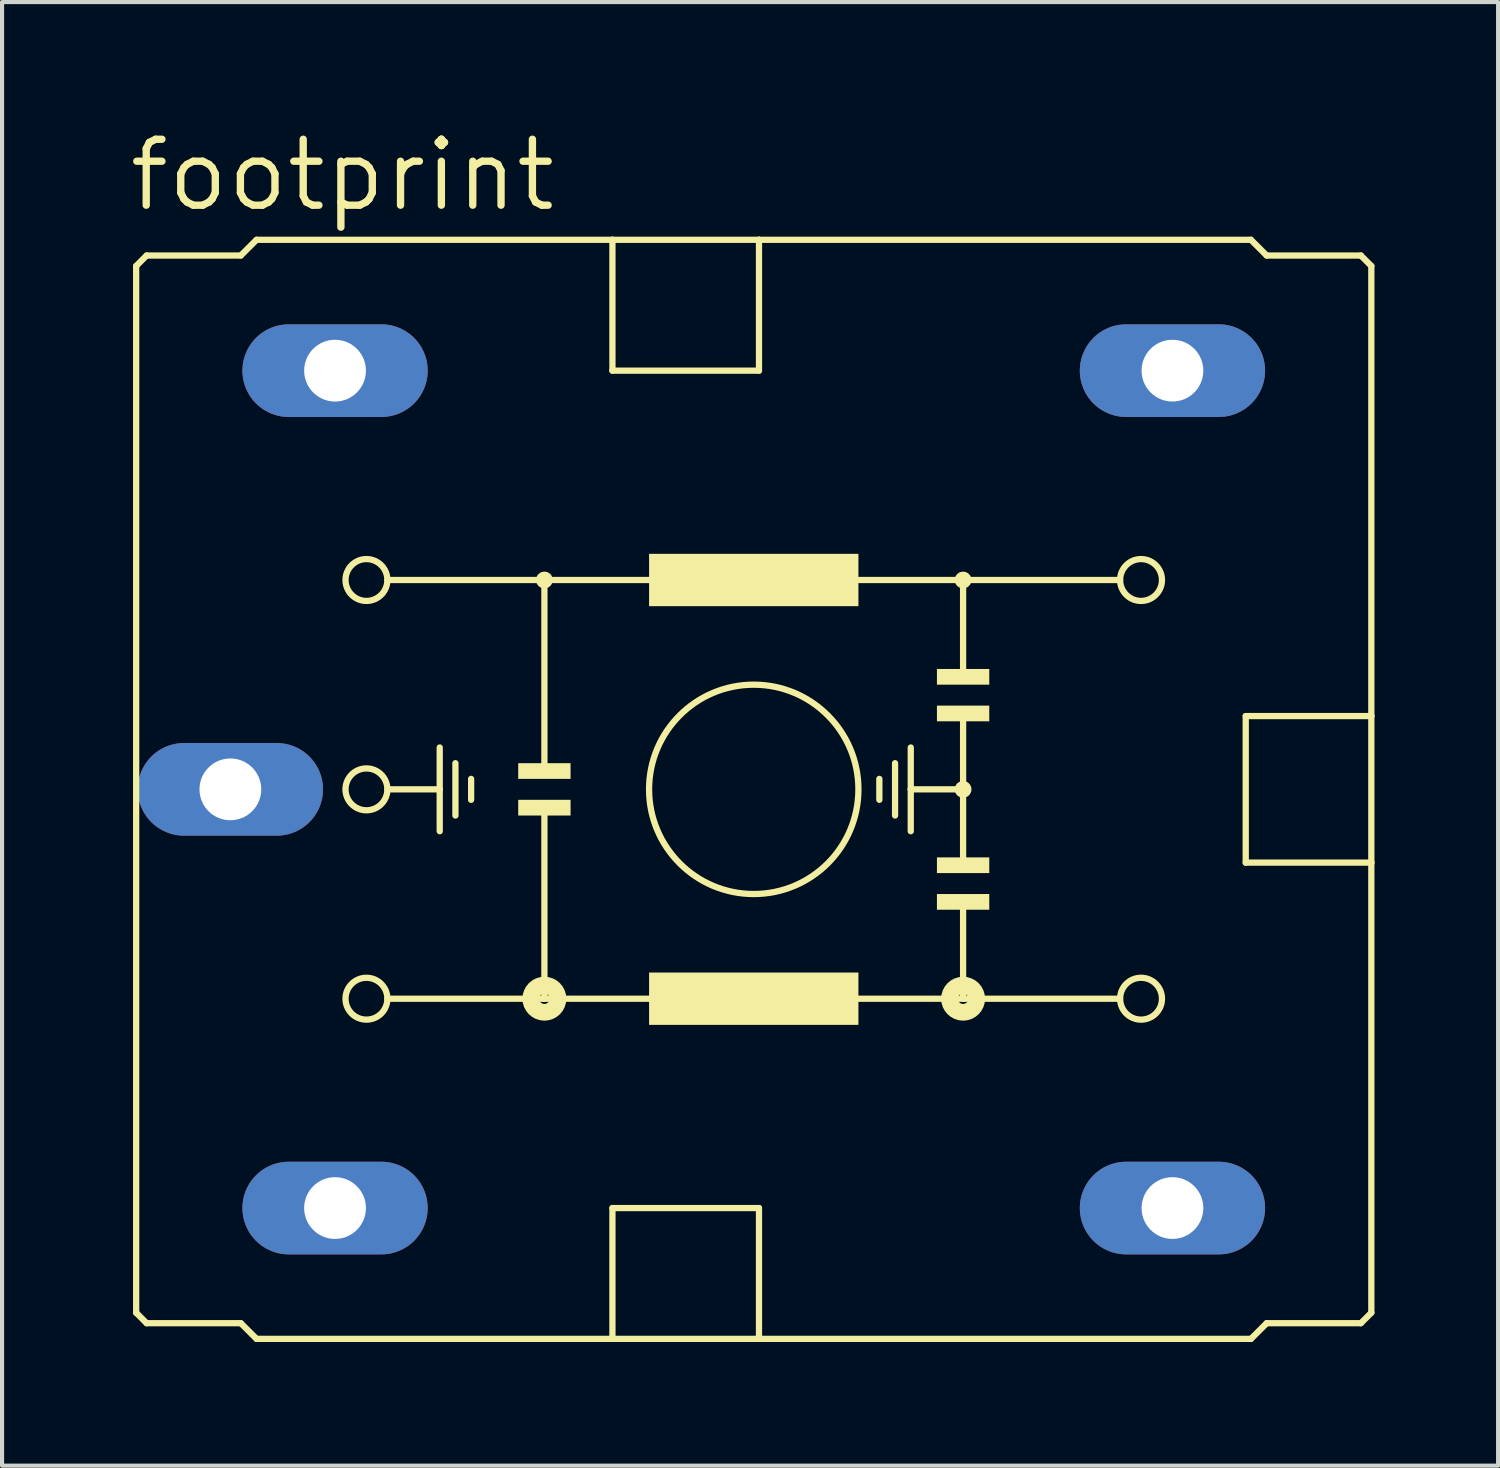
<source format=kicad_pcb>
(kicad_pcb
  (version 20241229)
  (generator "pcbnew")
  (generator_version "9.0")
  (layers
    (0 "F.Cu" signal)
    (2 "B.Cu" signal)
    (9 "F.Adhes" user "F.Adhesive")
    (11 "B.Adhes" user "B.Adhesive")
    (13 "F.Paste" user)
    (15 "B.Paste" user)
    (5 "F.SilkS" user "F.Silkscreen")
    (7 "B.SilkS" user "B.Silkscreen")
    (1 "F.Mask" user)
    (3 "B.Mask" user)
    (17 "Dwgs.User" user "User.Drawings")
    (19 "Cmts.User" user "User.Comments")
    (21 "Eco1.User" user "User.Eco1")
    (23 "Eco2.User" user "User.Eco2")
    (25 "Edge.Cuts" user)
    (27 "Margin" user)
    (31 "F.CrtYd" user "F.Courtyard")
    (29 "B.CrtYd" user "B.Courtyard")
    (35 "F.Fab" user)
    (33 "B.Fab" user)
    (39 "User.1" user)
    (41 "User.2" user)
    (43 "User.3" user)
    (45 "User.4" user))
  (footprint "footprint"
    (layer "F.Cu")
    (at 15.24 16.104)
    (property "Reference" "footprint" (at -15.24 -13.97 0) (layer "F.SilkS") (effects (font (size 1.6 1.6) (thickness 0.178)) (justify left bottom)))
    (fp_line (start -14.986 -12.7) (end -14.732 -12.954) (stroke (width 0.152) (type solid)) (layer "F.SilkS"))
    (fp_line (start -14.986 12.7) (end -14.986 -12.7) (stroke (width 0.152) (type solid)) (layer "F.SilkS"))
    (fp_line (start -14.986 12.7) (end -14.732 12.954) (stroke (width 0.152) (type solid)) (layer "F.SilkS"))
    (fp_line (start -14.732 -12.954) (end -12.446 -12.954) (stroke (width 0.152) (type solid)) (layer "F.SilkS"))
    (fp_line (start -14.732 12.954) (end -12.446 12.954) (stroke (width 0.152) (type solid)) (layer "F.SilkS"))
    (fp_line (start -12.065 -13.335) (end -12.446 -12.954) (stroke (width 0.152) (type solid)) (layer "F.SilkS"))
    (fp_line (start -12.065 -13.335) (end -3.429 -13.335) (stroke (width 0.152) (type solid)) (layer "F.SilkS"))
    (fp_line (start -12.065 13.335) (end -12.446 12.954) (stroke (width 0.152) (type solid)) (layer "F.SilkS"))
    (fp_line (start -12.065 13.335) (end -3.429 13.335) (stroke (width 0.152) (type solid)) (layer "F.SilkS"))
    (fp_line (start -8.89 -5.08) (end -5.08 -5.08) (stroke (width 0.152) (type solid)) (layer "F.SilkS"))
    (fp_line (start -8.89 0) (end -7.62 0) (stroke (width 0.152) (type solid)) (layer "F.SilkS"))
    (fp_line (start -8.89 5.08) (end -5.08 5.08) (stroke (width 0.152) (type solid)) (layer "F.SilkS"))
    (fp_line (start -7.62 -1.016) (end -7.62 0) (stroke (width 0.152) (type solid)) (layer "F.SilkS"))
    (fp_line (start -7.62 0) (end -7.62 1.016) (stroke (width 0.152) (type solid)) (layer "F.SilkS"))
    (fp_line (start -7.239 0.635) (end -7.239 -0.635) (stroke (width 0.152) (type solid)) (layer "F.SilkS"))
    (fp_line (start -6.858 -0.254) (end -6.858 0.254) (stroke (width 0.152) (type solid)) (layer "F.SilkS"))
    (fp_line (start -5.08 -5.08) (end -5.08 -0.508) (stroke (width 0.152) (type solid)) (layer "F.SilkS"))
    (fp_line (start -5.08 -5.08) (end 5.08 -5.08) (stroke (width 0.152) (type solid)) (layer "F.SilkS"))
    (fp_line (start -5.08 0.508) (end -5.08 5.08) (stroke (width 0.152) (type solid)) (layer "F.SilkS"))
    (fp_line (start -5.08 5.08) (end 5.08 5.08) (stroke (width 0.152) (type solid)) (layer "F.SilkS"))
    (fp_line (start -3.429 -10.16) (end -3.429 -13.335) (stroke (width 0.152) (type solid)) (layer "F.SilkS"))
    (fp_line (start -3.429 13.335) (end -3.429 10.16) (stroke (width 0.152) (type solid)) (layer "F.SilkS"))
    (fp_line (start 0.127 -13.335) (end -3.429 -13.335) (stroke (width 0.152) (type solid)) (layer "F.SilkS"))
    (fp_line (start 0.127 -13.335) (end 0.127 -10.16) (stroke (width 0.152) (type solid)) (layer "F.SilkS"))
    (fp_line (start 0.127 -10.16) (end -3.429 -10.16) (stroke (width 0.152) (type solid)) (layer "F.SilkS"))
    (fp_line (start 0.127 10.16) (end -3.429 10.16) (stroke (width 0.152) (type solid)) (layer "F.SilkS"))
    (fp_line (start 0.127 10.16) (end 0.127 13.335) (stroke (width 0.152) (type solid)) (layer "F.SilkS"))
    (fp_line (start 0.127 13.335) (end -3.429 13.335) (stroke (width 0.152) (type solid)) (layer "F.SilkS"))
    (fp_line (start 3.048 -0.254) (end 3.048 0.254) (stroke (width 0.152) (type solid)) (layer "F.SilkS"))
    (fp_line (start 3.429 0.635) (end 3.429 -0.635) (stroke (width 0.152) (type solid)) (layer "F.SilkS"))
    (fp_line (start 3.81 -1.016) (end 3.81 0) (stroke (width 0.152) (type solid)) (layer "F.SilkS"))
    (fp_line (start 3.81 0) (end 3.81 1.016) (stroke (width 0.152) (type solid)) (layer "F.SilkS"))
    (fp_line (start 5.08 -5.08) (end 5.08 -2.794) (stroke (width 0.152) (type solid)) (layer "F.SilkS"))
    (fp_line (start 5.08 -5.08) (end 8.89 -5.08) (stroke (width 0.152) (type solid)) (layer "F.SilkS"))
    (fp_line (start 5.08 0) (end 3.81 0) (stroke (width 0.152) (type solid)) (layer "F.SilkS"))
    (fp_line (start 5.08 0) (end 5.08 -1.778) (stroke (width 0.152) (type solid)) (layer "F.SilkS"))
    (fp_line (start 5.08 1.778) (end 5.08 0) (stroke (width 0.152) (type solid)) (layer "F.SilkS"))
    (fp_line (start 5.08 2.794) (end 5.08 5.08) (stroke (width 0.152) (type solid)) (layer "F.SilkS"))
    (fp_line (start 5.08 5.08) (end 8.89 5.08) (stroke (width 0.152) (type solid)) (layer "F.SilkS"))
    (fp_line (start 11.938 1.778) (end 11.938 -1.778) (stroke (width 0.152) (type solid)) (layer "F.SilkS"))
    (fp_line (start 11.938 1.778) (end 14.986 1.778) (stroke (width 0.152) (type solid)) (layer "F.SilkS"))
    (fp_line (start 12.065 -13.335) (end 0.127 -13.335) (stroke (width 0.152) (type solid)) (layer "F.SilkS"))
    (fp_line (start 12.065 -13.335) (end 12.446 -12.954) (stroke (width 0.152) (type solid)) (layer "F.SilkS"))
    (fp_line (start 12.065 13.335) (end 0.127 13.335) (stroke (width 0.152) (type solid)) (layer "F.SilkS"))
    (fp_line (start 12.065 13.335) (end 12.446 12.954) (stroke (width 0.152) (type solid)) (layer "F.SilkS"))
    (fp_line (start 14.732 -12.954) (end 12.446 -12.954) (stroke (width 0.152) (type solid)) (layer "F.SilkS"))
    (fp_line (start 14.732 12.954) (end 12.446 12.954) (stroke (width 0.152) (type solid)) (layer "F.SilkS"))
    (fp_line (start 14.986 -12.7) (end 14.732 -12.954) (stroke (width 0.152) (type solid)) (layer "F.SilkS"))
    (fp_line (start 14.986 -12.7) (end 14.986 -1.778) (stroke (width 0.152) (type solid)) (layer "F.SilkS"))
    (fp_line (start 14.986 -1.778) (end 11.938 -1.778) (stroke (width 0.152) (type solid)) (layer "F.SilkS"))
    (fp_line (start 14.986 -1.778) (end 14.986 1.778) (stroke (width 0.152) (type solid)) (layer "F.SilkS"))
    (fp_line (start 14.986 1.778) (end 14.986 12.7) (stroke (width 0.152) (type solid)) (layer "F.SilkS"))
    (fp_line (start 14.986 12.7) (end 14.732 12.954) (stroke (width 0.152) (type solid)) (layer "F.SilkS"))
    (fp_circle (center -9.398 -5.08) (end -8.89 -5.08) (stroke (width 0.152) (type solid)) (fill no) (layer "F.SilkS"))
    (fp_circle (center -9.398 0) (end -8.89 0) (stroke (width 0.152) (type solid)) (fill no) (layer "F.SilkS"))
    (fp_circle (center -9.398 5.08) (end -8.89 5.08) (stroke (width 0.152) (type solid)) (fill no) (layer "F.SilkS"))
    (fp_circle (center -5.08 -5.08) (end -4.953 -5.08) (stroke (width 0.152) (type solid)) (fill no) (layer "F.SilkS"))
    (fp_circle (center -5.08 5.08) (end -4.953 5.08) (stroke (width 0.406) (type solid)) (fill no) (layer "F.SilkS"))
    (fp_circle (center 0 0) (end 2.54 0) (stroke (width 0.152) (type solid)) (fill no) (layer "F.SilkS"))
    (fp_circle (center 5.08 -5.08) (end 5.207 -5.08) (stroke (width 0.152) (type solid)) (fill no) (layer "F.SilkS"))
    (fp_circle (center 5.08 0) (end 5.207 0) (stroke (width 0.152) (type solid)) (fill no) (layer "F.SilkS"))
    (fp_circle (center 5.08 5.08) (end 5.207 5.08) (stroke (width 0.406) (type solid)) (fill no) (layer "F.SilkS"))
    (fp_circle (center 9.398 -5.08) (end 9.906 -5.08) (stroke (width 0.152) (type solid)) (fill no) (layer "F.SilkS"))
    (fp_circle (center 9.398 5.08) (end 9.906 5.08) (stroke (width 0.152) (type solid)) (fill no) (layer "F.SilkS"))
    (fp_poly (pts (xy -5.715 -0.254) (xy -4.445 -0.254) (xy -4.445 -0.635) (xy -5.715 -0.635)) (stroke (width 0) (type solid)) (fill yes) (layer "F.SilkS"))
    (fp_poly (pts (xy -5.715 0.635) (xy -4.445 0.635) (xy -4.445 0.254) (xy -5.715 0.254)) (stroke (width 0) (type solid)) (fill yes) (layer "F.SilkS"))
    (fp_poly (pts (xy -2.54 -4.445) (xy 2.54 -4.445) (xy 2.54 -5.715) (xy -2.54 -5.715)) (stroke (width 0) (type solid)) (fill yes) (layer "F.SilkS"))
    (fp_poly (pts (xy -2.54 5.715) (xy 2.54 5.715) (xy 2.54 4.445) (xy -2.54 4.445)) (stroke (width 0) (type solid)) (fill yes) (layer "F.SilkS"))
    (fp_poly (pts (xy 4.445 -2.54) (xy 5.715 -2.54) (xy 5.715 -2.921) (xy 4.445 -2.921)) (stroke (width 0) (type solid)) (fill yes) (layer "F.SilkS"))
    (fp_poly (pts (xy 4.445 -1.651) (xy 5.715 -1.651) (xy 5.715 -2.032) (xy 4.445 -2.032)) (stroke (width 0) (type solid)) (fill yes) (layer "F.SilkS"))
    (fp_poly (pts (xy 4.445 2.032) (xy 5.715 2.032) (xy 5.715 1.651) (xy 4.445 1.651)) (stroke (width 0) (type solid)) (fill yes) (layer "F.SilkS"))
    (fp_poly (pts (xy 4.445 2.921) (xy 5.715 2.921) (xy 5.715 2.54) (xy 4.445 2.54)) (stroke (width 0) (type solid)) (fill yes) (layer "F.SilkS"))
    (pad "1" thru_hole oval (at -10.16 -10.16) (size 4.496 2.248) (drill 1.499) (layers "*.Cu" "*.Mask"))
    (pad "2" thru_hole oval (at 10.16 -10.16) (size 4.496 2.248) (drill 1.499) (layers "*.Cu" "*.Mask"))
    (pad "3" thru_hole oval (at -10.16 10.16) (size 4.496 2.248) (drill 1.499) (layers "*.Cu" "*.Mask"))
    (pad "4" thru_hole oval (at 10.16 10.16) (size 4.496 2.248) (drill 1.499) (layers "*.Cu" "*.Mask"))
    (pad "5" thru_hole oval (at -12.7 0) (size 4.496 2.248) (drill 1.499) (layers "*.Cu" "*.Mask")))
  (gr_rect
    (start -3 -3)
    (end 33.302 32.515)
    (stroke (width 0.1) (type default))
    (fill no)
    (layer "Edge.Cuts")))
</source>
